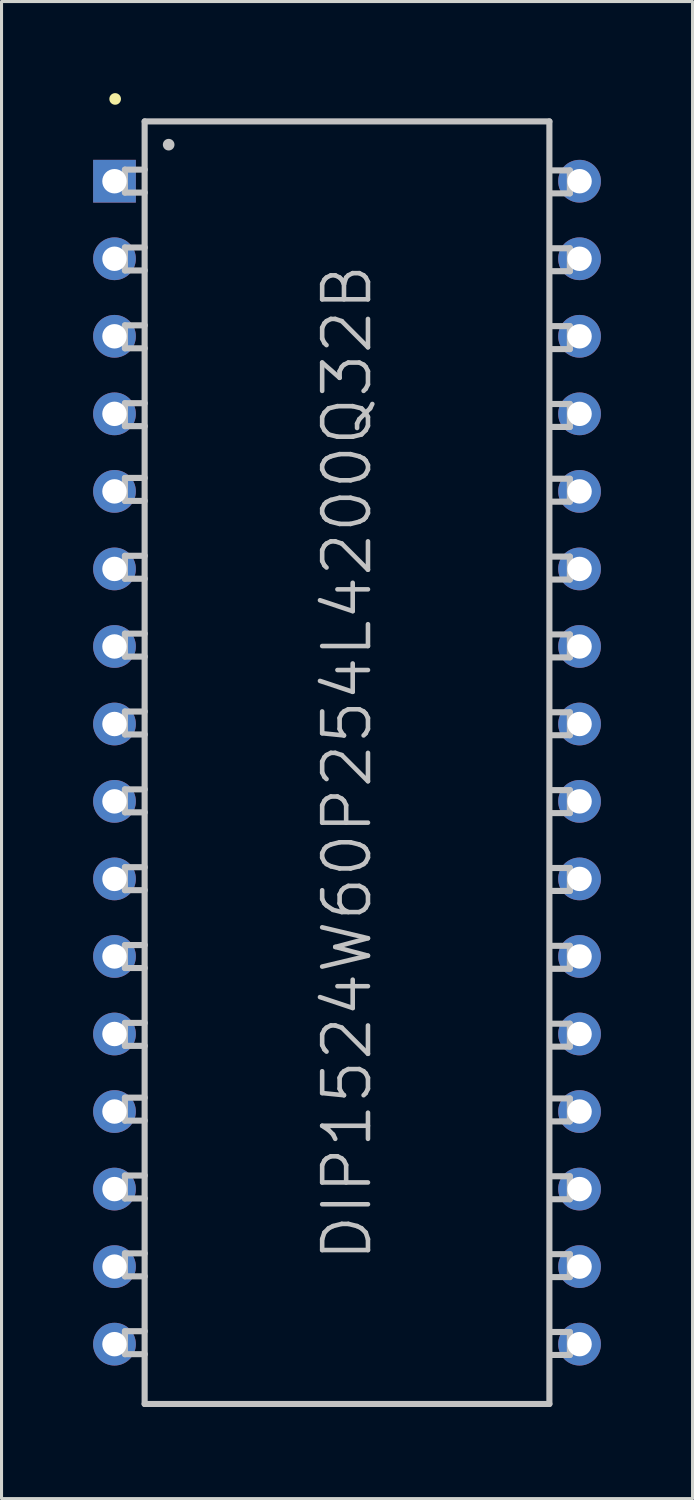
<source format=kicad_pcb>
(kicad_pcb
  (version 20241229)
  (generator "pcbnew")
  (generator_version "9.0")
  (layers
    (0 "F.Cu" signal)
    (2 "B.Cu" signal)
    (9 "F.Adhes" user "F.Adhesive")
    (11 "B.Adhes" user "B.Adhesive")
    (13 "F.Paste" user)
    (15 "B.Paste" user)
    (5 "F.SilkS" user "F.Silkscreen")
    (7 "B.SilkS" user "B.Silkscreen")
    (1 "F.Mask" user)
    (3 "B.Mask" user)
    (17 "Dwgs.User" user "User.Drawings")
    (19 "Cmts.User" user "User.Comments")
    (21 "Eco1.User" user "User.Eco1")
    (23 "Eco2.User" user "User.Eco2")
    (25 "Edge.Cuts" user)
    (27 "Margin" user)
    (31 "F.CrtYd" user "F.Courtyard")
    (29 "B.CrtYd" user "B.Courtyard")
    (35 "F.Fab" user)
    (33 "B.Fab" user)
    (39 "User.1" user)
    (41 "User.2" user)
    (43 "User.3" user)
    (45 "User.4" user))
  (footprint "DIP1524W60P254L4200Q32B"
    (layer "F.Cu")
    (at 8.317 21.933)
    (property "Reference" "DIP1524W60P254L4200Q32B" (at 0 0 90) (layer "Dwgs.User") (effects (font (size 1.5 1.5) (thickness 0.15))))
    (attr through_hole)
    (fp_line (start -7.595 -21.742) (end -7.595 -21.742) (stroke (width 0.381) (type solid)) (layer "F.SilkS"))
    (fp_line (start -7.275 -19.426) (end -6.624 -19.426) (stroke (width 0.2) (type solid)) (layer "Dwgs.User"))
    (fp_line (start -7.275 -18.674) (end -7.275 -19.426) (stroke (width 0.2) (type solid)) (layer "Dwgs.User"))
    (fp_line (start -7.275 -18.674) (end -6.624 -18.674) (stroke (width 0.2) (type solid)) (layer "Dwgs.User"))
    (fp_line (start -7.275 -16.876) (end -6.624 -16.876) (stroke (width 0.2) (type solid)) (layer "Dwgs.User"))
    (fp_line (start -7.275 -16.124) (end -7.275 -16.876) (stroke (width 0.2) (type solid)) (layer "Dwgs.User"))
    (fp_line (start -7.275 -16.124) (end -6.624 -16.124) (stroke (width 0.2) (type solid)) (layer "Dwgs.User"))
    (fp_line (start -7.275 -14.326) (end -6.624 -14.326) (stroke (width 0.2) (type solid)) (layer "Dwgs.User"))
    (fp_line (start -7.275 -13.574) (end -7.275 -14.326) (stroke (width 0.2) (type solid)) (layer "Dwgs.User"))
    (fp_line (start -7.275 -13.574) (end -6.624 -13.574) (stroke (width 0.2) (type solid)) (layer "Dwgs.User"))
    (fp_line (start -7.275 -11.775) (end -6.624 -11.775) (stroke (width 0.2) (type solid)) (layer "Dwgs.User"))
    (fp_line (start -7.275 -11.024) (end -7.275 -11.775) (stroke (width 0.2) (type solid)) (layer "Dwgs.User"))
    (fp_line (start -7.275 -11.024) (end -6.624 -11.024) (stroke (width 0.2) (type solid)) (layer "Dwgs.User"))
    (fp_line (start -7.275 -9.327) (end -6.624 -9.327) (stroke (width 0.2) (type solid)) (layer "Dwgs.User"))
    (fp_line (start -7.275 -8.575) (end -7.275 -9.327) (stroke (width 0.2) (type solid)) (layer "Dwgs.User"))
    (fp_line (start -7.275 -8.575) (end -6.624 -8.575) (stroke (width 0.2) (type solid)) (layer "Dwgs.User"))
    (fp_line (start -7.275 -6.777) (end -6.624 -6.777) (stroke (width 0.2) (type solid)) (layer "Dwgs.User"))
    (fp_line (start -7.275 -6.025) (end -7.275 -6.777) (stroke (width 0.2) (type solid)) (layer "Dwgs.User"))
    (fp_line (start -7.275 -6.025) (end -6.624 -6.025) (stroke (width 0.2) (type solid)) (layer "Dwgs.User"))
    (fp_line (start -7.275 -4.227) (end -6.624 -4.227) (stroke (width 0.2) (type solid)) (layer "Dwgs.User"))
    (fp_line (start -7.275 -3.475) (end -7.275 -4.227) (stroke (width 0.2) (type solid)) (layer "Dwgs.User"))
    (fp_line (start -7.275 -3.475) (end -6.624 -3.475) (stroke (width 0.2) (type solid)) (layer "Dwgs.User"))
    (fp_line (start -7.275 -1.676) (end -6.624 -1.676) (stroke (width 0.2) (type solid)) (layer "Dwgs.User"))
    (fp_line (start -7.275 -0.925) (end -7.275 -1.676) (stroke (width 0.2) (type solid)) (layer "Dwgs.User"))
    (fp_line (start -7.275 -0.925) (end -6.624 -0.925) (stroke (width 0.2) (type solid)) (layer "Dwgs.User"))
    (fp_line (start -7.275 0.874) (end -6.624 0.874) (stroke (width 0.2) (type solid)) (layer "Dwgs.User"))
    (fp_line (start -7.275 1.626) (end -7.275 0.874) (stroke (width 0.2) (type solid)) (layer "Dwgs.User"))
    (fp_line (start -7.275 1.626) (end -6.624 1.626) (stroke (width 0.2) (type solid)) (layer "Dwgs.User"))
    (fp_line (start -7.275 3.424) (end -6.624 3.424) (stroke (width 0.2) (type solid)) (layer "Dwgs.User"))
    (fp_line (start -7.275 4.176) (end -7.275 3.424) (stroke (width 0.2) (type solid)) (layer "Dwgs.User"))
    (fp_line (start -7.275 4.176) (end -6.624 4.176) (stroke (width 0.2) (type solid)) (layer "Dwgs.User"))
    (fp_line (start -7.275 5.974) (end -6.624 5.974) (stroke (width 0.2) (type solid)) (layer "Dwgs.User"))
    (fp_line (start -7.275 6.726) (end -7.275 5.974) (stroke (width 0.2) (type solid)) (layer "Dwgs.User"))
    (fp_line (start -7.275 6.726) (end -6.624 6.726) (stroke (width 0.2) (type solid)) (layer "Dwgs.User"))
    (fp_line (start -7.275 8.524) (end -6.624 8.524) (stroke (width 0.2) (type solid)) (layer "Dwgs.User"))
    (fp_line (start -7.275 9.276) (end -7.275 8.524) (stroke (width 0.2) (type solid)) (layer "Dwgs.User"))
    (fp_line (start -7.275 9.276) (end -6.624 9.276) (stroke (width 0.2) (type solid)) (layer "Dwgs.User"))
    (fp_line (start -7.275 10.973) (end -6.624 10.973) (stroke (width 0.2) (type solid)) (layer "Dwgs.User"))
    (fp_line (start -7.275 11.725) (end -7.275 10.973) (stroke (width 0.2) (type solid)) (layer "Dwgs.User"))
    (fp_line (start -7.275 11.725) (end -6.624 11.725) (stroke (width 0.2) (type solid)) (layer "Dwgs.User"))
    (fp_line (start -7.275 13.523) (end -6.624 13.523) (stroke (width 0.2) (type solid)) (layer "Dwgs.User"))
    (fp_line (start -7.275 14.275) (end -7.275 13.523) (stroke (width 0.2) (type solid)) (layer "Dwgs.User"))
    (fp_line (start -7.275 14.275) (end -6.624 14.275) (stroke (width 0.2) (type solid)) (layer "Dwgs.User"))
    (fp_line (start -7.275 16.073) (end -6.624 16.073) (stroke (width 0.2) (type solid)) (layer "Dwgs.User"))
    (fp_line (start -7.275 16.825) (end -7.275 16.073) (stroke (width 0.2) (type solid)) (layer "Dwgs.User"))
    (fp_line (start -7.275 16.825) (end -6.624 16.825) (stroke (width 0.2) (type solid)) (layer "Dwgs.User"))
    (fp_line (start -7.275 18.623) (end -6.624 18.623) (stroke (width 0.2) (type solid)) (layer "Dwgs.User"))
    (fp_line (start -7.275 19.375) (end -7.275 18.623) (stroke (width 0.2) (type solid)) (layer "Dwgs.User"))
    (fp_line (start -7.275 19.375) (end -6.624 19.375) (stroke (width 0.2) (type solid)) (layer "Dwgs.User"))
    (fp_line (start -6.629 -21.006) (end -6.629 21.006) (stroke (width 0.2) (type solid)) (layer "Dwgs.User"))
    (fp_line (start -6.629 -21.006) (end 6.629 -21.006) (stroke (width 0.2) (type solid)) (layer "Dwgs.User"))
    (fp_line (start -6.629 21.006) (end 6.629 21.006) (stroke (width 0.2) (type solid)) (layer "Dwgs.User"))
    (fp_line (start -5.842 -20.244) (end -5.842 -20.244) (stroke (width 0.381) (type solid)) (layer "Dwgs.User"))
    (fp_line (start 6.629 -21.006) (end 6.629 21.006) (stroke (width 0.2) (type solid)) (layer "Dwgs.User"))
    (fp_line (start 7.3 -19.401) (end 6.65 -19.401) (stroke (width 0.2) (type solid)) (layer "Dwgs.User"))
    (fp_line (start 7.3 -19.401) (end 7.3 -18.649) (stroke (width 0.2) (type solid)) (layer "Dwgs.User"))
    (fp_line (start 7.3 -18.649) (end 6.65 -18.649) (stroke (width 0.2) (type solid)) (layer "Dwgs.User"))
    (fp_line (start 7.3 -16.85) (end 6.65 -16.85) (stroke (width 0.2) (type solid)) (layer "Dwgs.User"))
    (fp_line (start 7.3 -16.85) (end 7.3 -16.099) (stroke (width 0.2) (type solid)) (layer "Dwgs.User"))
    (fp_line (start 7.3 -16.099) (end 6.65 -16.099) (stroke (width 0.2) (type solid)) (layer "Dwgs.User"))
    (fp_line (start 7.3 -14.3) (end 6.65 -14.3) (stroke (width 0.2) (type solid)) (layer "Dwgs.User"))
    (fp_line (start 7.3 -14.3) (end 7.3 -13.548) (stroke (width 0.2) (type solid)) (layer "Dwgs.User"))
    (fp_line (start 7.3 -13.548) (end 6.65 -13.548) (stroke (width 0.2) (type solid)) (layer "Dwgs.User"))
    (fp_line (start 7.3 -11.75) (end 6.65 -11.75) (stroke (width 0.2) (type solid)) (layer "Dwgs.User"))
    (fp_line (start 7.3 -11.75) (end 7.3 -10.998) (stroke (width 0.2) (type solid)) (layer "Dwgs.User"))
    (fp_line (start 7.3 -10.998) (end 6.65 -10.998) (stroke (width 0.2) (type solid)) (layer "Dwgs.User"))
    (fp_line (start 7.3 -9.301) (end 6.65 -9.301) (stroke (width 0.2) (type solid)) (layer "Dwgs.User"))
    (fp_line (start 7.3 -9.301) (end 7.3 -8.55) (stroke (width 0.2) (type solid)) (layer "Dwgs.User"))
    (fp_line (start 7.3 -8.55) (end 6.65 -8.55) (stroke (width 0.2) (type solid)) (layer "Dwgs.User"))
    (fp_line (start 7.3 -6.751) (end 6.65 -6.751) (stroke (width 0.2) (type solid)) (layer "Dwgs.User"))
    (fp_line (start 7.3 -6.751) (end 7.3 -5.999) (stroke (width 0.2) (type solid)) (layer "Dwgs.User"))
    (fp_line (start 7.3 -5.999) (end 6.65 -5.999) (stroke (width 0.2) (type solid)) (layer "Dwgs.User"))
    (fp_line (start 7.3 -4.201) (end 6.65 -4.201) (stroke (width 0.2) (type solid)) (layer "Dwgs.User"))
    (fp_line (start 7.3 -4.201) (end 7.3 -3.449) (stroke (width 0.2) (type solid)) (layer "Dwgs.User"))
    (fp_line (start 7.3 -3.449) (end 6.65 -3.449) (stroke (width 0.2) (type solid)) (layer "Dwgs.User"))
    (fp_line (start 7.3 -1.651) (end 6.65 -1.651) (stroke (width 0.2) (type solid)) (layer "Dwgs.User"))
    (fp_line (start 7.3 -1.651) (end 7.3 -0.899) (stroke (width 0.2) (type solid)) (layer "Dwgs.User"))
    (fp_line (start 7.3 -0.899) (end 6.65 -0.899) (stroke (width 0.2) (type solid)) (layer "Dwgs.User"))
    (fp_line (start 7.3 0.899) (end 6.65 0.899) (stroke (width 0.2) (type solid)) (layer "Dwgs.User"))
    (fp_line (start 7.3 0.899) (end 7.3 1.651) (stroke (width 0.2) (type solid)) (layer "Dwgs.User"))
    (fp_line (start 7.3 1.651) (end 6.65 1.651) (stroke (width 0.2) (type solid)) (layer "Dwgs.User"))
    (fp_line (start 7.3 3.449) (end 6.65 3.449) (stroke (width 0.2) (type solid)) (layer "Dwgs.User"))
    (fp_line (start 7.3 3.449) (end 7.3 4.201) (stroke (width 0.2) (type solid)) (layer "Dwgs.User"))
    (fp_line (start 7.3 4.201) (end 6.65 4.201) (stroke (width 0.2) (type solid)) (layer "Dwgs.User"))
    (fp_line (start 7.3 5.999) (end 6.65 5.999) (stroke (width 0.2) (type solid)) (layer "Dwgs.User"))
    (fp_line (start 7.3 5.999) (end 7.3 6.751) (stroke (width 0.2) (type solid)) (layer "Dwgs.User"))
    (fp_line (start 7.3 6.751) (end 6.65 6.751) (stroke (width 0.2) (type solid)) (layer "Dwgs.User"))
    (fp_line (start 7.3 8.55) (end 6.65 8.55) (stroke (width 0.2) (type solid)) (layer "Dwgs.User"))
    (fp_line (start 7.3 8.55) (end 7.3 9.301) (stroke (width 0.2) (type solid)) (layer "Dwgs.User"))
    (fp_line (start 7.3 9.301) (end 6.65 9.301) (stroke (width 0.2) (type solid)) (layer "Dwgs.User"))
    (fp_line (start 7.3 10.998) (end 6.65 10.998) (stroke (width 0.2) (type solid)) (layer "Dwgs.User"))
    (fp_line (start 7.3 10.998) (end 7.3 11.75) (stroke (width 0.2) (type solid)) (layer "Dwgs.User"))
    (fp_line (start 7.3 11.75) (end 6.65 11.75) (stroke (width 0.2) (type solid)) (layer "Dwgs.User"))
    (fp_line (start 7.3 13.548) (end 6.65 13.548) (stroke (width 0.2) (type solid)) (layer "Dwgs.User"))
    (fp_line (start 7.3 13.548) (end 7.3 14.3) (stroke (width 0.2) (type solid)) (layer "Dwgs.User"))
    (fp_line (start 7.3 14.3) (end 6.65 14.3) (stroke (width 0.2) (type solid)) (layer "Dwgs.User"))
    (fp_line (start 7.3 16.099) (end 6.65 16.099) (stroke (width 0.2) (type solid)) (layer "Dwgs.User"))
    (fp_line (start 7.3 16.099) (end 7.3 16.85) (stroke (width 0.2) (type solid)) (layer "Dwgs.User"))
    (fp_line (start 7.3 16.85) (end 6.65 16.85) (stroke (width 0.2) (type solid)) (layer "Dwgs.User"))
    (fp_line (start 7.3 18.649) (end 6.65 18.649) (stroke (width 0.2) (type solid)) (layer "Dwgs.User"))
    (fp_line (start 7.3 18.649) (end 7.3 19.401) (stroke (width 0.2) (type solid)) (layer "Dwgs.User"))
    (fp_line (start 7.3 19.401) (end 6.65 19.401) (stroke (width 0.2) (type solid)) (layer "Dwgs.User"))
    (pad "1" thru_hole rect (at -7.617 -19.047 180) (size 1.4 1.4) (drill 0.8) (layers "*.Cu" "*.Mask"))
    (pad "2" thru_hole circle (at -7.617 -16.507 180) (size 1.4 1.4) (drill 0.8) (layers "*.Cu" "*.Mask"))
    (pad "3" thru_hole circle (at -7.617 -13.967 180) (size 1.4 1.4) (drill 0.8) (layers "*.Cu" "*.Mask"))
    (pad "4" thru_hole circle (at -7.617 -11.427 180) (size 1.4 1.4) (drill 0.8) (layers "*.Cu" "*.Mask"))
    (pad "5" thru_hole circle (at -7.617 -8.887 180) (size 1.4 1.4) (drill 0.8) (layers "*.Cu" "*.Mask"))
    (pad "6" thru_hole circle (at -7.617 -6.347 180) (size 1.4 1.4) (drill 0.8) (layers "*.Cu" "*.Mask"))
    (pad "7" thru_hole circle (at -7.617 -3.807 180) (size 1.4 1.4) (drill 0.8) (layers "*.Cu" "*.Mask"))
    (pad "8" thru_hole circle (at -7.617 -1.267 180) (size 1.4 1.4) (drill 0.8) (layers "*.Cu" "*.Mask"))
    (pad "9" thru_hole circle (at -7.617 1.267 180) (size 1.4 1.4) (drill 0.8) (layers "*.Cu" "*.Mask"))
    (pad "10" thru_hole circle (at -7.617 3.807 180) (size 1.4 1.4) (drill 0.8) (layers "*.Cu" "*.Mask"))
    (pad "11" thru_hole circle (at -7.617 6.347 180) (size 1.4 1.4) (drill 0.8) (layers "*.Cu" "*.Mask"))
    (pad "12" thru_hole circle (at -7.617 8.887 180) (size 1.4 1.4) (drill 0.8) (layers "*.Cu" "*.Mask"))
    (pad "13" thru_hole circle (at -7.617 11.427 180) (size 1.4 1.4) (drill 0.8) (layers "*.Cu" "*.Mask"))
    (pad "14" thru_hole circle (at -7.617 13.967 180) (size 1.4 1.4) (drill 0.8) (layers "*.Cu" "*.Mask"))
    (pad "15" thru_hole circle (at -7.617 16.507 180) (size 1.4 1.4) (drill 0.8) (layers "*.Cu" "*.Mask"))
    (pad "16" thru_hole circle (at -7.617 19.047 180) (size 1.4 1.4) (drill 0.8) (layers "*.Cu" "*.Mask"))
    (pad "17" thru_hole circle (at 7.617 19.047 180) (size 1.4 1.4) (drill 0.8) (layers "*.Cu" "*.Mask"))
    (pad "18" thru_hole circle (at 7.617 16.507 180) (size 1.4 1.4) (drill 0.8) (layers "*.Cu" "*.Mask"))
    (pad "19" thru_hole circle (at 7.617 13.967 180) (size 1.4 1.4) (drill 0.8) (layers "*.Cu" "*.Mask"))
    (pad "20" thru_hole circle (at 7.617 11.427 180) (size 1.4 1.4) (drill 0.8) (layers "*.Cu" "*.Mask"))
    (pad "21" thru_hole circle (at 7.617 8.887 180) (size 1.4 1.4) (drill 0.8) (layers "*.Cu" "*.Mask"))
    (pad "22" thru_hole circle (at 7.617 6.347 180) (size 1.4 1.4) (drill 0.8) (layers "*.Cu" "*.Mask"))
    (pad "23" thru_hole circle (at 7.617 3.807 180) (size 1.4 1.4) (drill 0.8) (layers "*.Cu" "*.Mask"))
    (pad "24" thru_hole circle (at 7.617 1.267 180) (size 1.4 1.4) (drill 0.8) (layers "*.Cu" "*.Mask"))
    (pad "25" thru_hole circle (at 7.617 -1.267 180) (size 1.4 1.4) (drill 0.8) (layers "*.Cu" "*.Mask"))
    (pad "26" thru_hole circle (at 7.617 -3.807 180) (size 1.4 1.4) (drill 0.8) (layers "*.Cu" "*.Mask"))
    (pad "27" thru_hole circle (at 7.617 -6.347 180) (size 1.4 1.4) (drill 0.8) (layers "*.Cu" "*.Mask"))
    (pad "28" thru_hole circle (at 7.617 -8.887 180) (size 1.4 1.4) (drill 0.8) (layers "*.Cu" "*.Mask"))
    (pad "29" thru_hole circle (at 7.617 -11.427 180) (size 1.4 1.4) (drill 0.8) (layers "*.Cu" "*.Mask"))
    (pad "30" thru_hole circle (at 7.617 -13.967 180) (size 1.4 1.4) (drill 0.8) (layers "*.Cu" "*.Mask"))
    (pad "31" thru_hole circle (at 7.617 -16.507 180) (size 1.4 1.4) (drill 0.8) (layers "*.Cu" "*.Mask"))
    (pad "32" thru_hole circle (at 7.617 -19.047 180) (size 1.4 1.4) (drill 0.8) (layers "*.Cu" "*.Mask")))
  (gr_rect
    (start -3 -3)
    (end 19.635 46.039)
    (stroke (width 0.1) (type default))
    (fill no)
    (layer "Edge.Cuts")))
</source>
